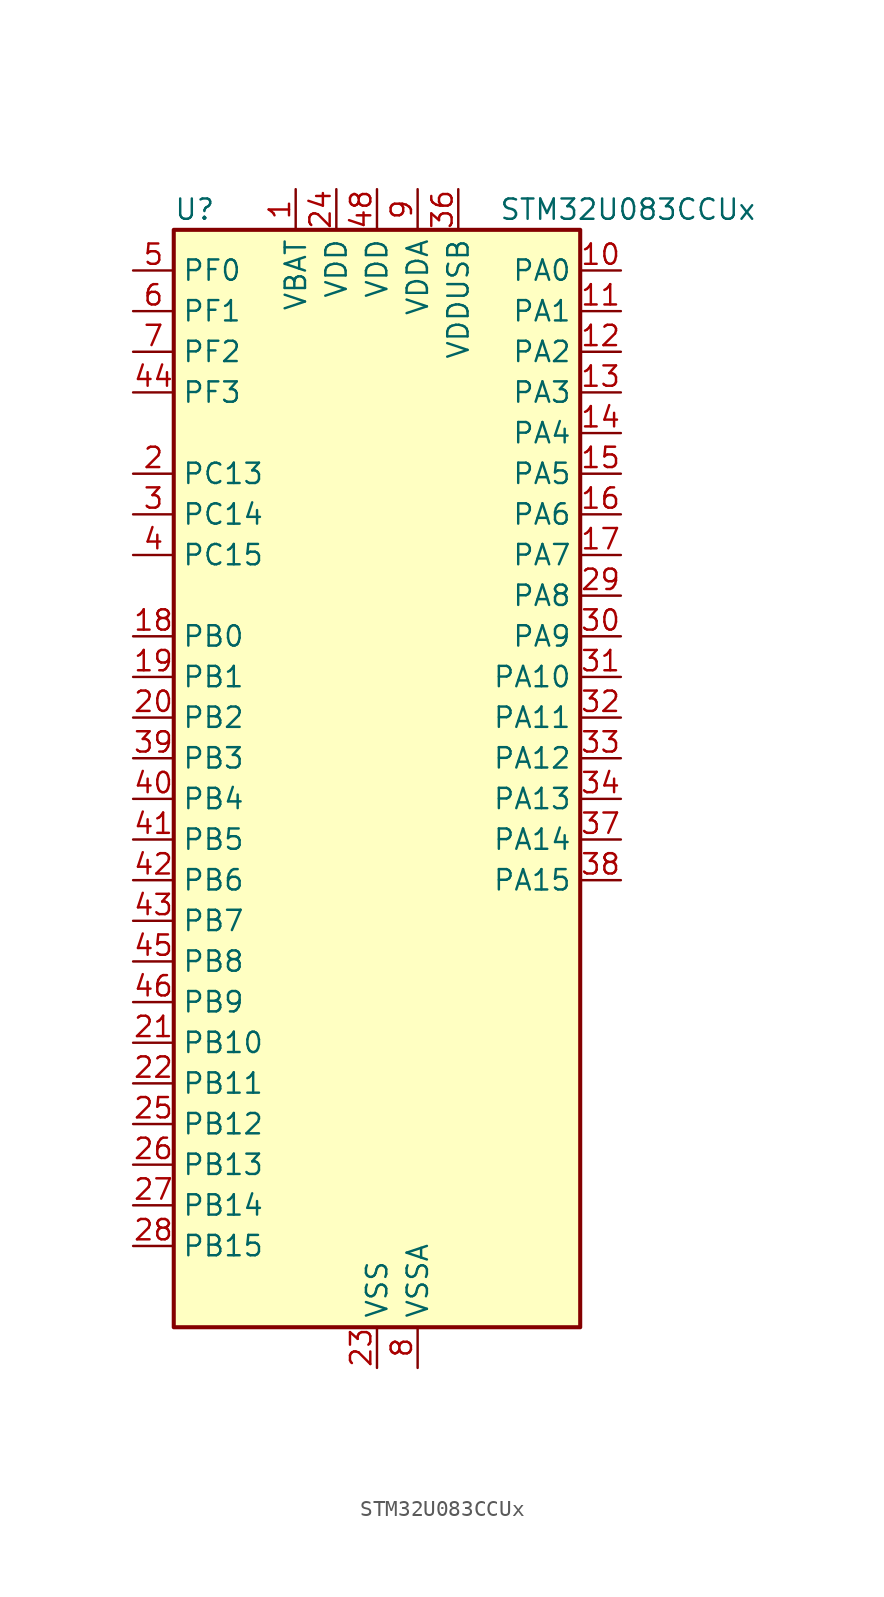
<source format=kicad_sym>
(kicad_symbol_lib
  (version 20231120)
  (generator "kicad_symbol_editor")
  (generator_version "8.99")
  (symbol "STM32U083CCUx"
    (property "Reference" "U"
      (at -12.7 36.83 0)
      (effects (font (size 1.27 1.27)) (justify left)))
    (property "Value" "STM32U083CCUx"
      (at 7.62 36.83 0)
      (effects (font (size 1.27 1.27)) (justify left)))
    (property "ki_locked" ""
      (at 0 0 0)
      (effects (font (size 1.27 1.27))))
    (symbol "STM32U083CCUx_0_1"
      (rectangle (start -12.7 -33.02) (end 12.7 35.56) (stroke (width 0.254) (type default)) (fill (type background))))
    (symbol "STM32U083CCUx_1_1"
      (pin power_in line (at -5.08 38.1 270) (length 2.54) (name "VBAT" (effects (font (size 1.27 1.27)))) (number "1" (effects (font (size 1.27 1.27)))))
      (pin bidirectional line (at 15.24 33.02 180) (length 2.54) (name "PA0" (effects (font (size 1.27 1.27)))) (number "10" (effects (font (size 1.27 1.27)))) (alternate "ADC1_IN4" bidirectional line) (alternate "COMP1_INM" bidirectional line) (alternate "COMP1_OUT" bidirectional line) (alternate "LCD_SEG42" bidirectional line) (alternate "OPAMP1_VINP" bidirectional line) (alternate "PWR_WKUP1" bidirectional line) (alternate "TAMP_IN2" bidirectional line) (alternate "TIM2_CH1" bidirectional line) (alternate "TIM2_ETR" bidirectional line) (alternate "USART2_CTS" bidirectional line) (alternate "USART4_TX" bidirectional line))
      (pin bidirectional line (at 15.24 30.48 180) (length 2.54) (name "PA1" (effects (font (size 1.27 1.27)))) (number "11" (effects (font (size 1.27 1.27)))) (alternate "ADC1_IN5" bidirectional line) (alternate "COMP1_INP" bidirectional line) (alternate "LCD_SEG0" bidirectional line) (alternate "LPTIM1_CH2" bidirectional line) (alternate "OPAMP1_VINM" bidirectional line) (alternate "PWR_WKUP3" bidirectional line) (alternate "SPI1_SCK" bidirectional line) (alternate "SPI2_SCK" bidirectional line) (alternate "TAMP_IN5" bidirectional line) (alternate "TIM15_CH1N" bidirectional line) (alternate "TIM2_CH2" bidirectional line) (alternate "USART2_DE" bidirectional line) (alternate "USART2_RTS" bidirectional line) (alternate "USART4_RX" bidirectional line))
      (pin bidirectional line (at 15.24 27.94 180) (length 2.54) (name "PA2" (effects (font (size 1.27 1.27)))) (number "12" (effects (font (size 1.27 1.27)))) (alternate "ADC1_IN6" bidirectional line) (alternate "COMP2_INM" bidirectional line) (alternate "COMP2_OUT" bidirectional line) (alternate "LCD_SEG1" bidirectional line) (alternate "LPUART1_TX" bidirectional line) (alternate "PWR_WKUP4" bidirectional line) (alternate "RCC_LSCO" bidirectional line) (alternate "TIM15_CH1" bidirectional line) (alternate "TIM2_CH3" bidirectional line) (alternate "USART2_TX" bidirectional line))
      (pin bidirectional line (at 15.24 25.4 180) (length 2.54) (name "PA3" (effects (font (size 1.27 1.27)))) (number "13" (effects (font (size 1.27 1.27)))) (alternate "ADC1_IN7" bidirectional line) (alternate "COMP2_INP" bidirectional line) (alternate "LCD_SEG2" bidirectional line) (alternate "LPUART1_RX" bidirectional line) (alternate "OPAMP1_VOUT" bidirectional line) (alternate "TIM15_CH2" bidirectional line) (alternate "TIM2_CH4" bidirectional line) (alternate "USART2_RX" bidirectional line))
      (pin bidirectional line (at 15.24 22.86 180) (length 2.54) (name "PA4" (effects (font (size 1.27 1.27)))) (number "14" (effects (font (size 1.27 1.27)))) (alternate "ADC1_IN8" bidirectional line) (alternate "COMP1_INM" bidirectional line) (alternate "COMP2_INM" bidirectional line) (alternate "DAC1_OUT1" bidirectional line) (alternate "LCD_SEG43" bidirectional line) (alternate "LPTIM2_CH1" bidirectional line) (alternate "LPUART3_TX" bidirectional line) (alternate "SPI1_NSS" bidirectional line) (alternate "SPI3_NSS" bidirectional line) (alternate "USART2_CK" bidirectional line))
      (pin bidirectional line (at 15.24 20.32 180) (length 2.54) (name "PA5" (effects (font (size 1.27 1.27)))) (number "15" (effects (font (size 1.27 1.27)))) (alternate "ADC1_IN9" bidirectional line) (alternate "COMP1_INM" bidirectional line) (alternate "COMP2_INM" bidirectional line) (alternate "LCD_SEG44" bidirectional line) (alternate "LPTIM2_ETR" bidirectional line) (alternate "LPUART3_RX" bidirectional line) (alternate "SPI1_SCK" bidirectional line) (alternate "TIM2_CH1" bidirectional line) (alternate "TIM2_ETR" bidirectional line) (alternate "USART3_TX" bidirectional line))
      (pin bidirectional line (at 15.24 17.78 180) (length 2.54) (name "PA6" (effects (font (size 1.27 1.27)))) (number "16" (effects (font (size 1.27 1.27)))) (alternate "ADC1_IN10" bidirectional line) (alternate "COMP1_OUT" bidirectional line) (alternate "I2C2_SDA" bidirectional line) (alternate "I2C3_SDA" bidirectional line) (alternate "LCD_SEG3" bidirectional line) (alternate "LPUART1_CTS" bidirectional line) (alternate "SPI1_MISO" bidirectional line) (alternate "TIM16_CH1" bidirectional line) (alternate "TIM1_BKIN" bidirectional line) (alternate "TIM3_CH1" bidirectional line) (alternate "TSC_G5_IO1" bidirectional line) (alternate "USART3_CTS" bidirectional line))
      (pin bidirectional line (at 15.24 15.24 180) (length 2.54) (name "PA7" (effects (font (size 1.27 1.27)))) (number "17" (effects (font (size 1.27 1.27)))) (alternate "ADC1_IN14" bidirectional line) (alternate "COMP2_OUT" bidirectional line) (alternate "I2C2_SCL" bidirectional line) (alternate "I2C3_SCL" bidirectional line) (alternate "LCD_SEG4" bidirectional line) (alternate "LPTIM2_CH2" bidirectional line) (alternate "SPI1_MOSI" bidirectional line) (alternate "TIM1_CH1N" bidirectional line) (alternate "TIM3_CH2" bidirectional line) (alternate "USART3_RX" bidirectional line))
      (pin bidirectional line (at -15.24 10.16 0) (length 2.54) (name "PB0" (effects (font (size 1.27 1.27)))) (number "18" (effects (font (size 1.27 1.27)))) (alternate "ADC1_IN17" bidirectional line) (alternate "COMP1_OUT" bidirectional line) (alternate "LCD_SEG5" bidirectional line) (alternate "LPTIM3_CH1" bidirectional line) (alternate "LPUART2_CTS" bidirectional line) (alternate "SPI1_NSS" bidirectional line) (alternate "TIM1_CH2N" bidirectional line) (alternate "TIM3_CH3" bidirectional line) (alternate "TSC_G5_IO2" bidirectional line) (alternate "USART3_CK" bidirectional line))
      (pin bidirectional line (at -15.24 7.62 0) (length 2.54) (name "PB1" (effects (font (size 1.27 1.27)))) (number "19" (effects (font (size 1.27 1.27)))) (alternate "ADC1_IN18" bidirectional line) (alternate "COMP1_INM" bidirectional line) (alternate "LCD_SEG6" bidirectional line) (alternate "LPTIM2_IN1" bidirectional line) (alternate "LPTIM3_CH2" bidirectional line) (alternate "LPUART1_DE" bidirectional line) (alternate "LPUART1_RTS" bidirectional line) (alternate "LPUART2_DE" bidirectional line) (alternate "LPUART2_RTS" bidirectional line) (alternate "TIM1_CH3N" bidirectional line) (alternate "TIM3_CH4" bidirectional line) (alternate "TSC_SYNC" bidirectional line) (alternate "USART3_DE" bidirectional line) (alternate "USART3_RTS" bidirectional line))
      (pin bidirectional line (at -15.24 20.32 0) (length 2.54) (name "PC13" (effects (font (size 1.27 1.27)))) (number "2" (effects (font (size 1.27 1.27)))) (alternate "LPTIM1_CH3" bidirectional line) (alternate "LPTIM3_CH3" bidirectional line) (alternate "PWR_WKUP2" bidirectional line) (alternate "RTC_OUT1" bidirectional line) (alternate "RTC_TS" bidirectional line) (alternate "TAMP_IN1" bidirectional line))
      (pin bidirectional line (at -15.24 5.08 0) (length 2.54) (name "PB2" (effects (font (size 1.27 1.27)))) (number "20" (effects (font (size 1.27 1.27)))) (alternate "COMP1_INP" bidirectional line) (alternate "LPTIM1_CH1" bidirectional line) (alternate "RTC_OUT2" bidirectional line))
      (pin bidirectional line (at -15.24 -15.24 0) (length 2.54) (name "PB10" (effects (font (size 1.27 1.27)))) (number "21" (effects (font (size 1.27 1.27)))) (alternate "COMP1_OUT" bidirectional line) (alternate "I2C2_SCL" bidirectional line) (alternate "I2C4_SCL" bidirectional line) (alternate "LCD_SEG10" bidirectional line) (alternate "LPTIM3_CH1" bidirectional line) (alternate "LPUART1_RX" bidirectional line) (alternate "LPUART2_RX" bidirectional line) (alternate "SPI2_SCK" bidirectional line) (alternate "TIM2_CH3" bidirectional line) (alternate "TSC_G5_IO3" bidirectional line) (alternate "USART3_TX" bidirectional line))
      (pin bidirectional line (at -15.24 -17.78 0) (length 2.54) (name "PB11" (effects (font (size 1.27 1.27)))) (number "22" (effects (font (size 1.27 1.27)))) (alternate "ADC1_EXTI11" bidirectional line) (alternate "COMP2_OUT" bidirectional line) (alternate "I2C2_SDA" bidirectional line) (alternate "I2C4_SDA" bidirectional line) (alternate "LCD_SEG11" bidirectional line) (alternate "LPUART1_TX" bidirectional line) (alternate "LPUART2_TX" bidirectional line) (alternate "TIM2_CH4" bidirectional line) (alternate "TSC_G5_IO4" bidirectional line) (alternate "USART3_RX" bidirectional line))
      (pin power_in line (at 0 -35.56 90) (length 2.54) (name "VSS" (effects (font (size 1.27 1.27)))) (number "23" (effects (font (size 1.27 1.27)))))
      (pin power_in line (at -2.54 38.1 270) (length 2.54) (name "VDD" (effects (font (size 1.27 1.27)))) (number "24" (effects (font (size 1.27 1.27)))))
      (pin bidirectional line (at -15.24 -20.32 0) (length 2.54) (name "PB12" (effects (font (size 1.27 1.27)))) (number "25" (effects (font (size 1.27 1.27)))) (alternate "LCD_SEG12" bidirectional line) (alternate "LPUART1_DE" bidirectional line) (alternate "LPUART1_RTS" bidirectional line) (alternate "SPI2_NSS" bidirectional line) (alternate "TIM15_BKIN" bidirectional line) (alternate "TIM1_BKIN" bidirectional line) (alternate "TSC_G1_IO1" bidirectional line) (alternate "USART3_CK" bidirectional line))
      (pin bidirectional line (at -15.24 -22.86 0) (length 2.54) (name "PB13" (effects (font (size 1.27 1.27)))) (number "26" (effects (font (size 1.27 1.27)))) (alternate "I2C2_SCL" bidirectional line) (alternate "LCD_SEG13" bidirectional line) (alternate "LPTIM3_IN1" bidirectional line) (alternate "LPUART1_CTS" bidirectional line) (alternate "SPI2_SCK" bidirectional line) (alternate "TIM15_CH1N" bidirectional line) (alternate "TIM1_CH1N" bidirectional line) (alternate "TSC_G1_IO2" bidirectional line) (alternate "USART3_CTS" bidirectional line))
      (pin bidirectional line (at -15.24 -25.4 0) (length 2.54) (name "PB14" (effects (font (size 1.27 1.27)))) (number "27" (effects (font (size 1.27 1.27)))) (alternate "I2C2_SDA" bidirectional line) (alternate "LCD_SEG14" bidirectional line) (alternate "LPTIM3_ETR" bidirectional line) (alternate "SPI2_MISO" bidirectional line) (alternate "TIM15_CH1" bidirectional line) (alternate "TIM1_CH2N" bidirectional line) (alternate "TSC_G1_IO3" bidirectional line) (alternate "USART3_DE" bidirectional line) (alternate "USART3_RTS" bidirectional line))
      (pin bidirectional line (at -15.24 -27.94 0) (length 2.54) (name "PB15" (effects (font (size 1.27 1.27)))) (number "28" (effects (font (size 1.27 1.27)))) (alternate "LCD_SEG15" bidirectional line) (alternate "PWR_WKUP7" bidirectional line) (alternate "RTC_REFIN" bidirectional line) (alternate "SPI2_MOSI" bidirectional line) (alternate "TAMP_IN3" bidirectional line) (alternate "TIM15_CH2" bidirectional line) (alternate "TIM1_CH3N" bidirectional line) (alternate "TSC_G1_IO4" bidirectional line))
      (pin bidirectional line (at 15.24 12.7 180) (length 2.54) (name "PA8" (effects (font (size 1.27 1.27)))) (number "29" (effects (font (size 1.27 1.27)))) (alternate "LCD_COM0" bidirectional line) (alternate "LPTIM2_CH1" bidirectional line) (alternate "RCC_MCO" bidirectional line) (alternate "RCC_MCO2" bidirectional line) (alternate "TIM1_CH1" bidirectional line) (alternate "TSC_G7_IO1" bidirectional line) (alternate "USART1_CK" bidirectional line))
      (pin bidirectional line (at -15.24 17.78 0) (length 2.54) (name "PC14" (effects (font (size 1.27 1.27)))) (number "3" (effects (font (size 1.27 1.27)))) (alternate "RCC_OSC32_IN" bidirectional line))
      (pin bidirectional line (at 15.24 10.16 180) (length 2.54) (name "PA9" (effects (font (size 1.27 1.27)))) (number "30" (effects (font (size 1.27 1.27)))) (alternate "COMP1_INP" bidirectional line) (alternate "DAC1_EXTI9" bidirectional line) (alternate "I2C1_SCL" bidirectional line) (alternate "I2C2_SCL" bidirectional line) (alternate "LCD_COM1" bidirectional line) (alternate "RCC_MCO" bidirectional line) (alternate "TIM15_BKIN" bidirectional line) (alternate "TIM1_CH2" bidirectional line) (alternate "TSC_G7_IO2" bidirectional line) (alternate "USART1_TX" bidirectional line))
      (pin bidirectional line (at 15.24 7.62 180) (length 2.54) (name "PA10" (effects (font (size 1.27 1.27)))) (number "31" (effects (font (size 1.27 1.27)))) (alternate "CRS_SYNC" bidirectional line) (alternate "I2C1_SDA" bidirectional line) (alternate "I2C2_SDA" bidirectional line) (alternate "LCD_COM2" bidirectional line) (alternate "RCC_MCO2" bidirectional line) (alternate "SPI2_NSS" bidirectional line) (alternate "TIM1_CH3" bidirectional line) (alternate "TSC_G7_IO3" bidirectional line) (alternate "USART1_RX" bidirectional line))
      (pin bidirectional line (at 15.24 5.08 180) (length 2.54) (name "PA11" (effects (font (size 1.27 1.27)))) (number "32" (effects (font (size 1.27 1.27)))) (alternate "ADC1_EXTI11" bidirectional line) (alternate "COMP1_OUT" bidirectional line) (alternate "SPI1_MISO" bidirectional line) (alternate "SPI2_MISO" bidirectional line) (alternate "TIM1_BKIN2" bidirectional line) (alternate "TIM1_CH4" bidirectional line) (alternate "USART1_CTS" bidirectional line) (alternate "USB_DM" bidirectional line))
      (pin bidirectional line (at 15.24 2.54 180) (length 2.54) (name "PA12" (effects (font (size 1.27 1.27)))) (number "33" (effects (font (size 1.27 1.27)))) (alternate "SPI1_MOSI" bidirectional line) (alternate "SPI2_MOSI" bidirectional line) (alternate "TIM1_ETR" bidirectional line) (alternate "USART1_DE" bidirectional line) (alternate "USART1_RTS" bidirectional line) (alternate "USB_DP" bidirectional line))
      (pin bidirectional line (at 15.24 0 180) (length 2.54) (name "PA13" (effects (font (size 1.27 1.27)))) (number "34" (effects (font (size 1.27 1.27)))) (alternate "DEBUG_JTMS-SWDIO" bidirectional line) (alternate "IR_OUT" bidirectional line) (alternate "LCD_SEG40" bidirectional line) (alternate "TSC_G7_IO4" bidirectional line) (alternate "USB_NOE" bidirectional line))
      (pin passive line (at 0 -35.56 90) (length 2.54) hide (name "VSS" (effects (font (size 1.27 1.27)))) (number "35" (effects (font (size 1.27 1.27)))))
      (pin power_in line (at 5.08 38.1 270) (length 2.54) (name "VDDUSB" (effects (font (size 1.27 1.27)))) (number "36" (effects (font (size 1.27 1.27)))))
      (pin bidirectional line (at 15.24 -2.54 180) (length 2.54) (name "PA14" (effects (font (size 1.27 1.27)))) (number "37" (effects (font (size 1.27 1.27)))) (alternate "DEBUG_JTCK-SWCLK" bidirectional line) (alternate "LCD_SEG41" bidirectional line) (alternate "LPTIM1_CH1" bidirectional line) (alternate "TSC_G3_IO4" bidirectional line))
      (pin bidirectional line (at 15.24 -5.08 180) (length 2.54) (name "PA15" (effects (font (size 1.27 1.27)))) (number "38" (effects (font (size 1.27 1.27)))) (alternate "DEBUG_JTDI" bidirectional line) (alternate "LCD_SEG17" bidirectional line) (alternate "LPTIM3_CH3" bidirectional line) (alternate "LPTIM3_IN2" bidirectional line) (alternate "SPI1_NSS" bidirectional line) (alternate "SPI3_NSS" bidirectional line) (alternate "TIM2_CH1" bidirectional line) (alternate "TIM2_ETR" bidirectional line) (alternate "TSC_G3_IO1" bidirectional line) (alternate "USART2_RX" bidirectional line) (alternate "USART3_DE" bidirectional line) (alternate "USART3_RTS" bidirectional line) (alternate "USART4_DE" bidirectional line) (alternate "USART4_RTS" bidirectional line))
      (pin bidirectional line (at -15.24 2.54 0) (length 2.54) (name "PB3" (effects (font (size 1.27 1.27)))) (number "39" (effects (font (size 1.27 1.27)))) (alternate "COMP2_INM" bidirectional line) (alternate "DEBUG_JTDO-SWO" bidirectional line) (alternate "I2C2_SCL" bidirectional line) (alternate "I2C3_SCL" bidirectional line) (alternate "LCD_SEG7" bidirectional line) (alternate "LPTIM1_CH3" bidirectional line) (alternate "SPI1_SCK" bidirectional line) (alternate "SPI3_SCK" bidirectional line) (alternate "TIM2_CH2" bidirectional line) (alternate "USART1_DE" bidirectional line) (alternate "USART1_RTS" bidirectional line))
      (pin bidirectional line (at -15.24 15.24 0) (length 2.54) (name "PC15" (effects (font (size 1.27 1.27)))) (number "4" (effects (font (size 1.27 1.27)))) (alternate "RCC_OSC32_EN" bidirectional line) (alternate "RCC_OSC32_OUT" bidirectional line) (alternate "RCC_OSC_EN" bidirectional line))
      (pin bidirectional line (at -15.24 0 0) (length 2.54) (name "PB4" (effects (font (size 1.27 1.27)))) (number "40" (effects (font (size 1.27 1.27)))) (alternate "COMP2_INP" bidirectional line) (alternate "I2C2_SDA" bidirectional line) (alternate "I2C3_SDA" bidirectional line) (alternate "LCD_SEG8" bidirectional line) (alternate "LPTIM1_CH4" bidirectional line) (alternate "LPUART3_DE" bidirectional line) (alternate "LPUART3_RTS" bidirectional line) (alternate "SPI1_MISO" bidirectional line) (alternate "SPI3_MISO" bidirectional line) (alternate "TIM3_CH1" bidirectional line) (alternate "TSC_G2_IO1" bidirectional line) (alternate "USART1_CTS" bidirectional line))
      (pin bidirectional line (at -15.24 -2.54 0) (length 2.54) (name "PB5" (effects (font (size 1.27 1.27)))) (number "41" (effects (font (size 1.27 1.27)))) (alternate "COMP2_OUT" bidirectional line) (alternate "LCD_SEG9" bidirectional line) (alternate "LPTIM1_IN1" bidirectional line) (alternate "LPUART3_CTS" bidirectional line) (alternate "SPI1_MOSI" bidirectional line) (alternate "SPI3_MOSI" bidirectional line) (alternate "TIM16_BKIN" bidirectional line) (alternate "TIM3_CH2" bidirectional line) (alternate "TSC_G2_IO2" bidirectional line) (alternate "USART1_CK" bidirectional line))
      (pin bidirectional line (at -15.24 -5.08 0) (length 2.54) (name "PB6" (effects (font (size 1.27 1.27)))) (number "42" (effects (font (size 1.27 1.27)))) (alternate "COMP2_INP" bidirectional line) (alternate "I2C1_SCL" bidirectional line) (alternate "I2C2_SCL" bidirectional line) (alternate "I2C4_SCL" bidirectional line) (alternate "LPTIM1_ETR" bidirectional line) (alternate "LPUART2_TX" bidirectional line) (alternate "LPUART3_TX" bidirectional line) (alternate "TIM16_CH1N" bidirectional line) (alternate "TSC_G2_IO3" bidirectional line) (alternate "USART1_TX" bidirectional line))
      (pin bidirectional line (at -15.24 -7.62 0) (length 2.54) (name "PB7" (effects (font (size 1.27 1.27)))) (number "43" (effects (font (size 1.27 1.27)))) (alternate "COMP2_INM" bidirectional line) (alternate "I2C1_SDA" bidirectional line) (alternate "I2C2_SDA" bidirectional line) (alternate "I2C4_SDA" bidirectional line) (alternate "LCD_SEG21" bidirectional line) (alternate "LPTIM1_IN2" bidirectional line) (alternate "LPUART2_RX" bidirectional line) (alternate "LPUART3_RX" bidirectional line) (alternate "PWR_PVD_IN" bidirectional line) (alternate "TSC_G2_IO4" bidirectional line) (alternate "USART1_RX" bidirectional line) (alternate "USART4_CTS" bidirectional line))
      (pin bidirectional line (at -15.24 25.4 0) (length 2.54) (name "PF3" (effects (font (size 1.27 1.27)))) (number "44" (effects (font (size 1.27 1.27)))))
      (pin bidirectional line (at -15.24 -10.16 0) (length 2.54) (name "PB8" (effects (font (size 1.27 1.27)))) (number "45" (effects (font (size 1.27 1.27)))) (alternate "I2C1_SCL" bidirectional line) (alternate "I2C2_SCL" bidirectional line) (alternate "LCD_SEG16" bidirectional line) (alternate "LPTIM1_IN2" bidirectional line) (alternate "LPTIM3_IN2" bidirectional line) (alternate "TIM16_CH1" bidirectional line) (alternate "USART3_TX" bidirectional line))
      (pin bidirectional line (at -15.24 -12.7 0) (length 2.54) (name "PB9" (effects (font (size 1.27 1.27)))) (number "46" (effects (font (size 1.27 1.27)))) (alternate "DAC1_EXTI9" bidirectional line) (alternate "I2C1_SDA" bidirectional line) (alternate "I2C2_SDA" bidirectional line) (alternate "IR_OUT" bidirectional line) (alternate "LCD_COM3" bidirectional line) (alternate "LPTIM1_CH4" bidirectional line) (alternate "LPTIM3_CH4" bidirectional line) (alternate "SPI2_NSS" bidirectional line) (alternate "USART3_RX" bidirectional line))
      (pin passive line (at 0 -35.56 90) (length 2.54) hide (name "VSS" (effects (font (size 1.27 1.27)))) (number "47" (effects (font (size 1.27 1.27)))))
      (pin power_in line (at 0 38.1 270) (length 2.54) (name "VDD" (effects (font (size 1.27 1.27)))) (number "48" (effects (font (size 1.27 1.27)))))
      (pin passive line (at 0 -35.56 90) (length 2.54) hide (name "VSS" (effects (font (size 1.27 1.27)))) (number "49" (effects (font (size 1.27 1.27)))))
      (pin bidirectional line (at -15.24 33.02 0) (length 2.54) (name "PF0" (effects (font (size 1.27 1.27)))) (number "5" (effects (font (size 1.27 1.27)))) (alternate "RCC_OSC_IN" bidirectional line))
      (pin bidirectional line (at -15.24 30.48 0) (length 2.54) (name "PF1" (effects (font (size 1.27 1.27)))) (number "6" (effects (font (size 1.27 1.27)))) (alternate "RCC_OSC_EN" bidirectional line) (alternate "RCC_OSC_OUT" bidirectional line))
      (pin bidirectional line (at -15.24 27.94 0) (length 2.54) (name "PF2" (effects (font (size 1.27 1.27)))) (number "7" (effects (font (size 1.27 1.27)))) (alternate "RCC_MCO" bidirectional line))
      (pin power_in line (at 2.54 -35.56 90) (length 2.54) (name "VSSA" (effects (font (size 1.27 1.27)))) (number "8" (effects (font (size 1.27 1.27)))))
      (pin power_in line (at 2.54 38.1 270) (length 2.54) (name "VDDA" (effects (font (size 1.27 1.27)))) (number "9" (effects (font (size 1.27 1.27))))))))
</source>
